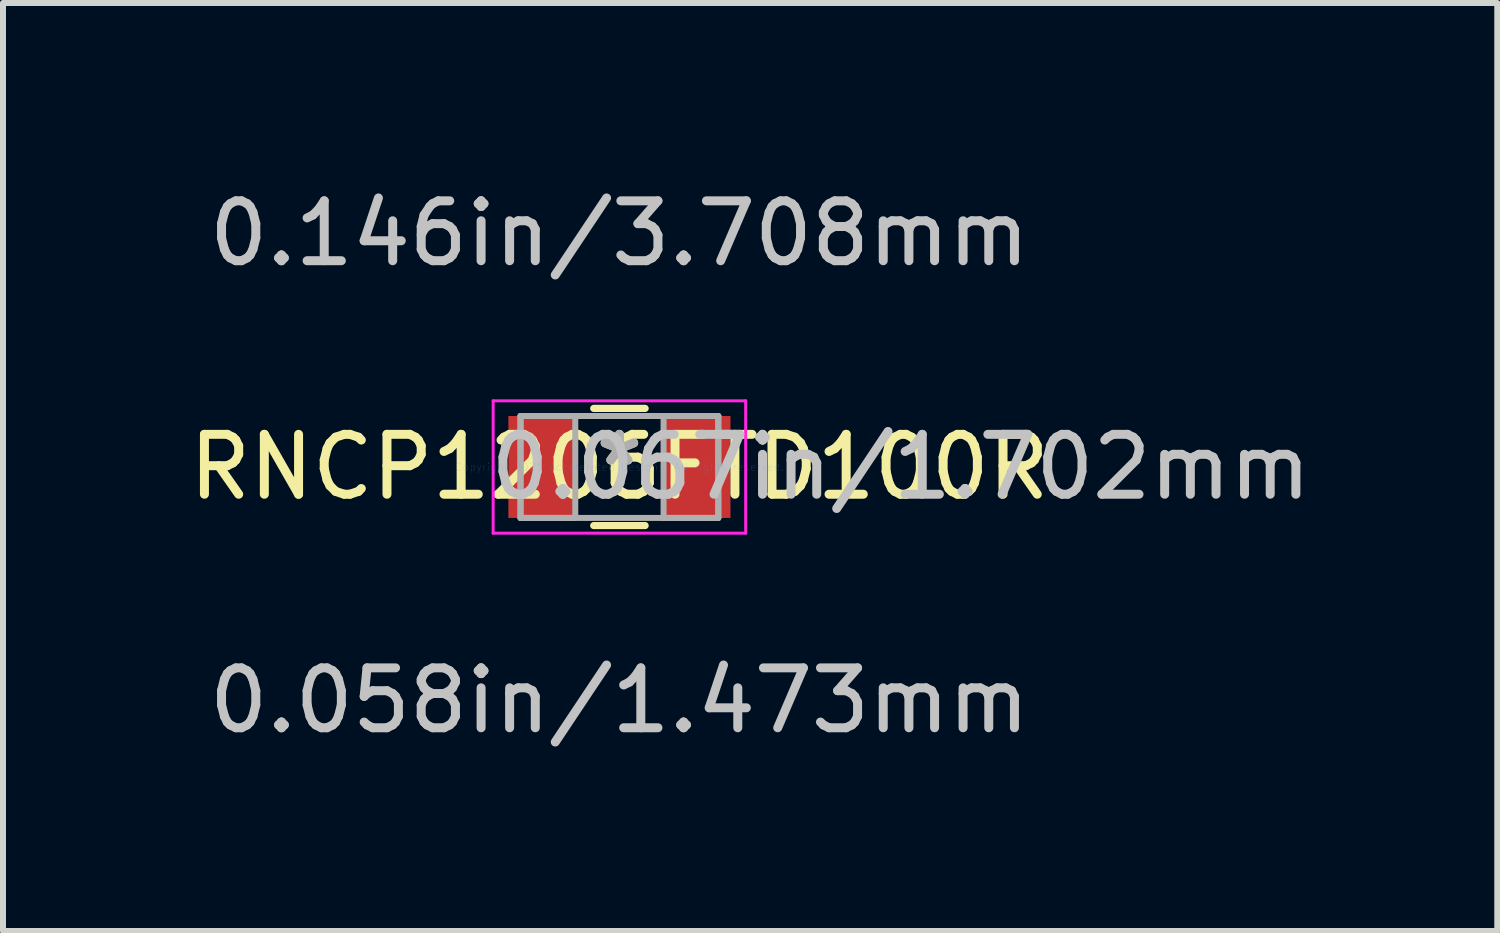
<source format=kicad_pcb>
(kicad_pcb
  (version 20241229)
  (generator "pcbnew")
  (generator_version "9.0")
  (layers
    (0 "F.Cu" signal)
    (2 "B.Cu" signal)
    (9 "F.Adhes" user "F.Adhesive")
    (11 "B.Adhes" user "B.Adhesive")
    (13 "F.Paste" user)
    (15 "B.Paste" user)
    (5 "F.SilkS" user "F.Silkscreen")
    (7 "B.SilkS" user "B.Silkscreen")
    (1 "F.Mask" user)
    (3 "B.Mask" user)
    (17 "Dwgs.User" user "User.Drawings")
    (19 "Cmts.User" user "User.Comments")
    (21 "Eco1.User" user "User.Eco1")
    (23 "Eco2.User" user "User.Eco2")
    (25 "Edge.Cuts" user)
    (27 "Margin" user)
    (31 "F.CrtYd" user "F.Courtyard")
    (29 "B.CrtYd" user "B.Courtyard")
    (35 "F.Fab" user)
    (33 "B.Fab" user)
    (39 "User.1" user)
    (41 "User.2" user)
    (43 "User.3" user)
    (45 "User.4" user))
  (footprint "RNCP1206FTD100R"
    (layer "F.Cu")
    (at 7.292 4.747)
    (property "Reference" "RNCP1206FTD100R" (at 0 0 0) (layer "F.SilkS") (effects (font (size 1 1) (thickness 0.15))))
    (attr through_hole)
    (fp_line (start -0.429 0.978) (end 0.429 0.978) (stroke (width 0.12) (type solid)) (layer "F.SilkS"))
    (fp_line (start 0.429 -0.978) (end -0.429 -0.978) (stroke (width 0.12) (type solid)) (layer "F.SilkS"))
    (fp_line (start -2.108 -1.105) (end 2.108 -1.105) (stroke (width 0.05) (type solid)) (layer "F.CrtYd"))
    (fp_line (start -2.108 1.105) (end -2.108 -1.105) (stroke (width 0.05) (type solid)) (layer "F.CrtYd"))
    (fp_line (start 2.108 -1.105) (end 2.108 1.105) (stroke (width 0.05) (type solid)) (layer "F.CrtYd"))
    (fp_line (start 2.108 1.105) (end -2.108 1.105) (stroke (width 0.05) (type solid)) (layer "F.CrtYd"))
    (fp_line (start -1.651 -0.851) (end -1.651 0.851) (stroke (width 0.1) (type solid)) (layer "F.Fab"))
    (fp_line (start -1.651 -0.851) (end -1.651 0.851) (stroke (width 0.1) (type solid)) (layer "F.Fab"))
    (fp_line (start -1.651 0.851) (end -0.737 0.851) (stroke (width 0.1) (type solid)) (layer "F.Fab"))
    (fp_line (start -1.651 0.851) (end 1.651 0.851) (stroke (width 0.1) (type solid)) (layer "F.Fab"))
    (fp_line (start -0.737 -0.851) (end -1.651 -0.851) (stroke (width 0.1) (type solid)) (layer "F.Fab"))
    (fp_line (start -0.737 0.851) (end -0.737 -0.851) (stroke (width 0.1) (type solid)) (layer "F.Fab"))
    (fp_line (start 0.737 -0.851) (end 0.737 0.851) (stroke (width 0.1) (type solid)) (layer "F.Fab"))
    (fp_line (start 0.737 0.851) (end 1.651 0.851) (stroke (width 0.1) (type solid)) (layer "F.Fab"))
    (fp_line (start 1.651 -0.851) (end -1.651 -0.851) (stroke (width 0.1) (type solid)) (layer "F.Fab"))
    (fp_line (start 1.651 -0.851) (end 0.737 -0.851) (stroke (width 0.1) (type solid)) (layer "F.Fab"))
    (fp_line (start 1.651 0.851) (end 1.651 -0.851) (stroke (width 0.1) (type solid)) (layer "F.Fab"))
    (fp_line (start 1.651 0.851) (end 1.651 -0.851) (stroke (width 0.1) (type solid)) (layer "F.Fab"))
    (fp_text user "*" (at 0 0 0) (layer "F.SilkS") (effects (font (size 1 1) (thickness 0.15))))
    (fp_text user "0.067in/1.702mm" (at 4.699 0 0) (layer "Dwgs.User") (effects (font (size 1 1) (thickness 0.15))))
    (fp_text user "0.146in/3.708mm" (at 0 -3.899 0) (layer "Dwgs.User") (effects (font (size 1 1) (thickness 0.15))))
    (fp_text user "0.058in/1.473mm" (at 0 3.899 0) (layer "Dwgs.User") (effects (font (size 1 1) (thickness 0.15))))
    (fp_text user "Copyright 2021 Accelerated Designs. All rights reserved." (at 0 0 0) (layer "Cmts.User") (effects (font (size 0.127 0.127) (thickness 0.002))))
    (fp_text user "*" (at 0 0 0) (layer "F.Fab") (effects (font (size 1 1) (thickness 0.15))))
    (pad "1" smd rect (at -1.295 0) (size 1.118 1.702) (layers "F.Cu" "F.Mask" "F.Paste"))
    (pad "2" smd rect (at 1.295 0) (size 1.118 1.702) (layers "F.Cu" "F.Mask" "F.Paste")))
  (gr_rect
    (start -3 -3)
    (end 21.949 12.494)
    (stroke (width 0.1) (type default))
    (fill no)
    (layer "Edge.Cuts")))
</source>
